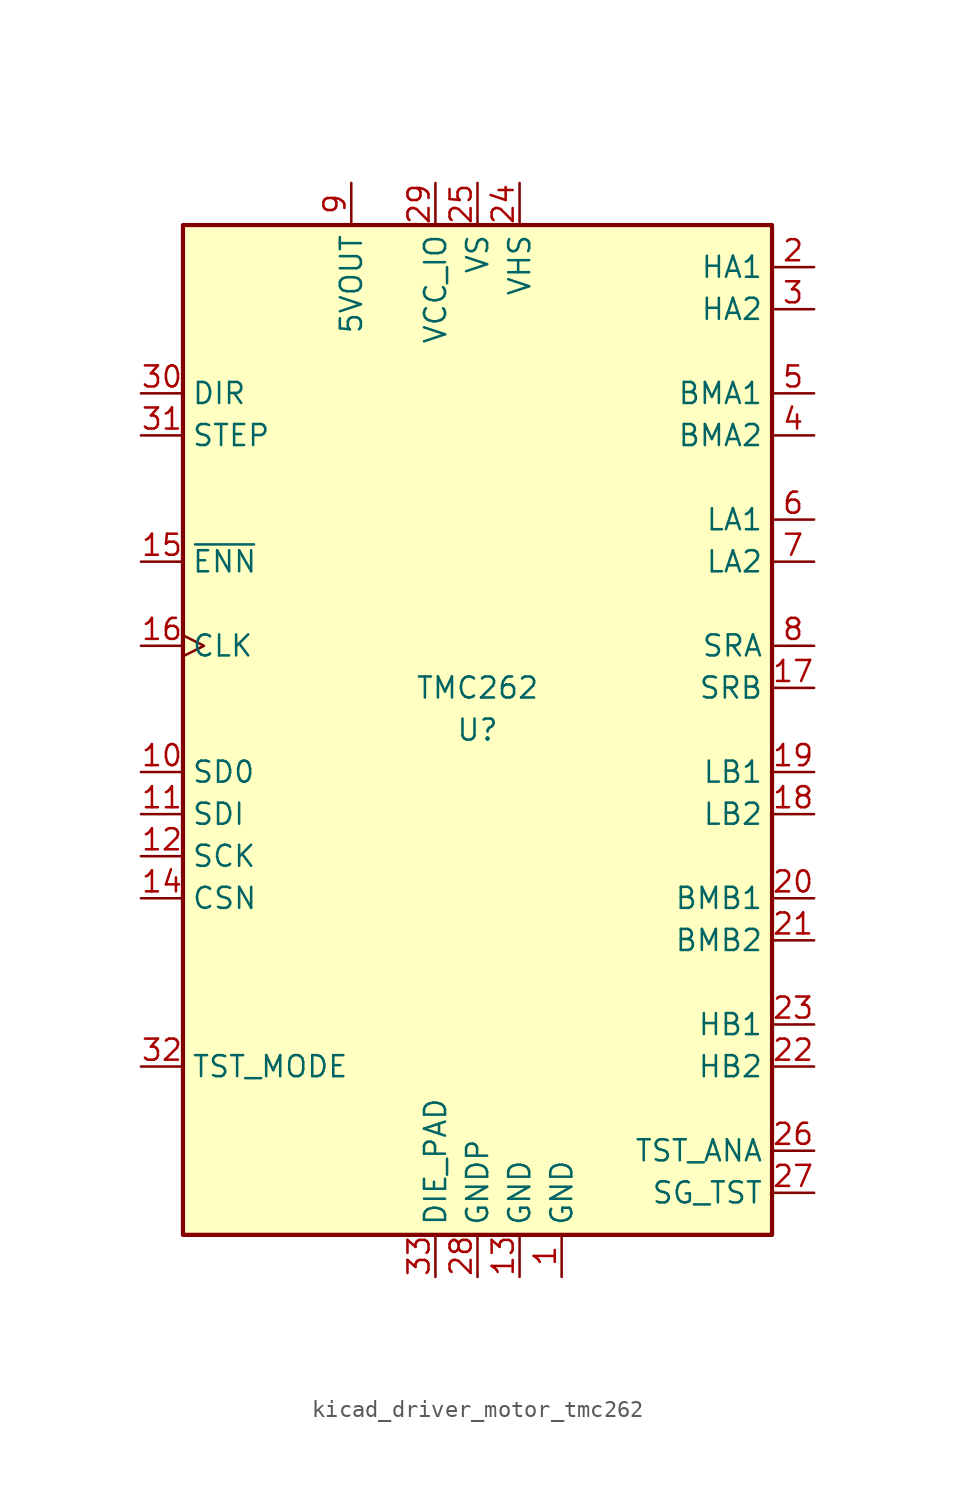
<source format=kicad_sym>
(kicad_symbol_lib
  (version 20220914)
  (generator kicad_symbol_editor)
  (symbol "kicad_driver_motor_tmc262"
    (property "Reference" "U"
      (at 0 0 0)
      (effects (font (size 1.27 1.27))))
    (property "Value" "TMC262"
      (at 0 2.54 0)
      (effects (font (size 1.27 1.27))))
    (symbol "kicad_driver_motor_tmc262_0_1"
      (rectangle (start -17.78 30.48) (end 17.78 -30.48) (stroke (width 0.254) (type default)) (fill (type background))))
    (symbol "kicad_driver_motor_tmc262_1_1"
      (pin power_in line (at 5.08 -33.02 90) (length 2.54) (name "GND" (effects (font (size 1.27 1.27)))) (number "1" (effects (font (size 1.27 1.27)))))
      (pin tri_state line (at -20.32 -2.54 0) (length 2.54) (name "SD0" (effects (font (size 1.27 1.27)))) (number "10" (effects (font (size 1.27 1.27)))))
      (pin input line (at -20.32 -5.08 0) (length 2.54) (name "SDI" (effects (font (size 1.27 1.27)))) (number "11" (effects (font (size 1.27 1.27)))))
      (pin input line (at -20.32 -7.62 0) (length 2.54) (name "SCK" (effects (font (size 1.27 1.27)))) (number "12" (effects (font (size 1.27 1.27)))))
      (pin power_in line (at 2.54 -33.02 90) (length 2.54) (name "GND" (effects (font (size 1.27 1.27)))) (number "13" (effects (font (size 1.27 1.27)))))
      (pin input line (at -20.32 -10.16 0) (length 2.54) (name "CSN" (effects (font (size 1.27 1.27)))) (number "14" (effects (font (size 1.27 1.27)))))
      (pin input line (at -20.32 10.16 0) (length 2.54) (name "~{ENN}" (effects (font (size 1.27 1.27)))) (number "15" (effects (font (size 1.27 1.27)))))
      (pin input clock (at -20.32 5.08 0) (length 2.54) (name "CLK" (effects (font (size 1.27 1.27)))) (number "16" (effects (font (size 1.27 1.27)))))
      (pin input line (at 20.32 2.54 180) (length 2.54) (name "SRB" (effects (font (size 1.27 1.27)))) (number "17" (effects (font (size 1.27 1.27)))))
      (pin output line (at 20.32 -5.08 180) (length 2.54) (name "LB2" (effects (font (size 1.27 1.27)))) (number "18" (effects (font (size 1.27 1.27)))))
      (pin output line (at 20.32 -2.54 180) (length 2.54) (name "LB1" (effects (font (size 1.27 1.27)))) (number "19" (effects (font (size 1.27 1.27)))))
      (pin output line (at 20.32 27.94 180) (length 2.54) (name "HA1" (effects (font (size 1.27 1.27)))) (number "2" (effects (font (size 1.27 1.27)))))
      (pin input line (at 20.32 -10.16 180) (length 2.54) (name "BMB1" (effects (font (size 1.27 1.27)))) (number "20" (effects (font (size 1.27 1.27)))))
      (pin input line (at 20.32 -12.7 180) (length 2.54) (name "BMB2" (effects (font (size 1.27 1.27)))) (number "21" (effects (font (size 1.27 1.27)))))
      (pin output line (at 20.32 -20.32 180) (length 2.54) (name "HB2" (effects (font (size 1.27 1.27)))) (number "22" (effects (font (size 1.27 1.27)))))
      (pin output line (at 20.32 -17.78 180) (length 2.54) (name "HB1" (effects (font (size 1.27 1.27)))) (number "23" (effects (font (size 1.27 1.27)))))
      (pin power_in line (at 2.54 33.02 270) (length 2.54) (name "VHS" (effects (font (size 1.27 1.27)))) (number "24" (effects (font (size 1.27 1.27)))))
      (pin power_in line (at 0 33.02 270) (length 2.54) (name "VS" (effects (font (size 1.27 1.27)))) (number "25" (effects (font (size 1.27 1.27)))))
      (pin output line (at 20.32 -25.4 180) (length 2.54) (name "TST_ANA" (effects (font (size 1.27 1.27)))) (number "26" (effects (font (size 1.27 1.27)))))
      (pin output line (at 20.32 -27.94 180) (length 2.54) (name "SG_TST" (effects (font (size 1.27 1.27)))) (number "27" (effects (font (size 1.27 1.27)))))
      (pin power_in line (at 0 -33.02 90) (length 2.54) (name "GNDP" (effects (font (size 1.27 1.27)))) (number "28" (effects (font (size 1.27 1.27)))))
      (pin power_in line (at -2.54 33.02 270) (length 2.54) (name "VCC_IO" (effects (font (size 1.27 1.27)))) (number "29" (effects (font (size 1.27 1.27)))))
      (pin output line (at 20.32 25.4 180) (length 2.54) (name "HA2" (effects (font (size 1.27 1.27)))) (number "3" (effects (font (size 1.27 1.27)))))
      (pin input line (at -20.32 20.32 0) (length 2.54) (name "DIR" (effects (font (size 1.27 1.27)))) (number "30" (effects (font (size 1.27 1.27)))))
      (pin input line (at -20.32 17.78 0) (length 2.54) (name "STEP" (effects (font (size 1.27 1.27)))) (number "31" (effects (font (size 1.27 1.27)))))
      (pin input line (at -20.32 -20.32 0) (length 2.54) (name "TST_MODE" (effects (font (size 1.27 1.27)))) (number "32" (effects (font (size 1.27 1.27)))))
      (pin input line (at -2.54 -33.02 90) (length 2.54) (name "DIE_PAD" (effects (font (size 1.27 1.27)))) (number "33" (effects (font (size 1.27 1.27)))))
      (pin input line (at 20.32 17.78 180) (length 2.54) (name "BMA2" (effects (font (size 1.27 1.27)))) (number "4" (effects (font (size 1.27 1.27)))))
      (pin input line (at 20.32 20.32 180) (length 2.54) (name "BMA1" (effects (font (size 1.27 1.27)))) (number "5" (effects (font (size 1.27 1.27)))))
      (pin output line (at 20.32 12.7 180) (length 2.54) (name "LA1" (effects (font (size 1.27 1.27)))) (number "6" (effects (font (size 1.27 1.27)))))
      (pin output line (at 20.32 10.16 180) (length 2.54) (name "LA2" (effects (font (size 1.27 1.27)))) (number "7" (effects (font (size 1.27 1.27)))))
      (pin input line (at 20.32 5.08 180) (length 2.54) (name "SRA" (effects (font (size 1.27 1.27)))) (number "8" (effects (font (size 1.27 1.27)))))
      (pin power_out line (at -7.62 33.02 270) (length 2.54) (name "5VOUT" (effects (font (size 1.27 1.27)))) (number "9" (effects (font (size 1.27 1.27))))))))
</source>
